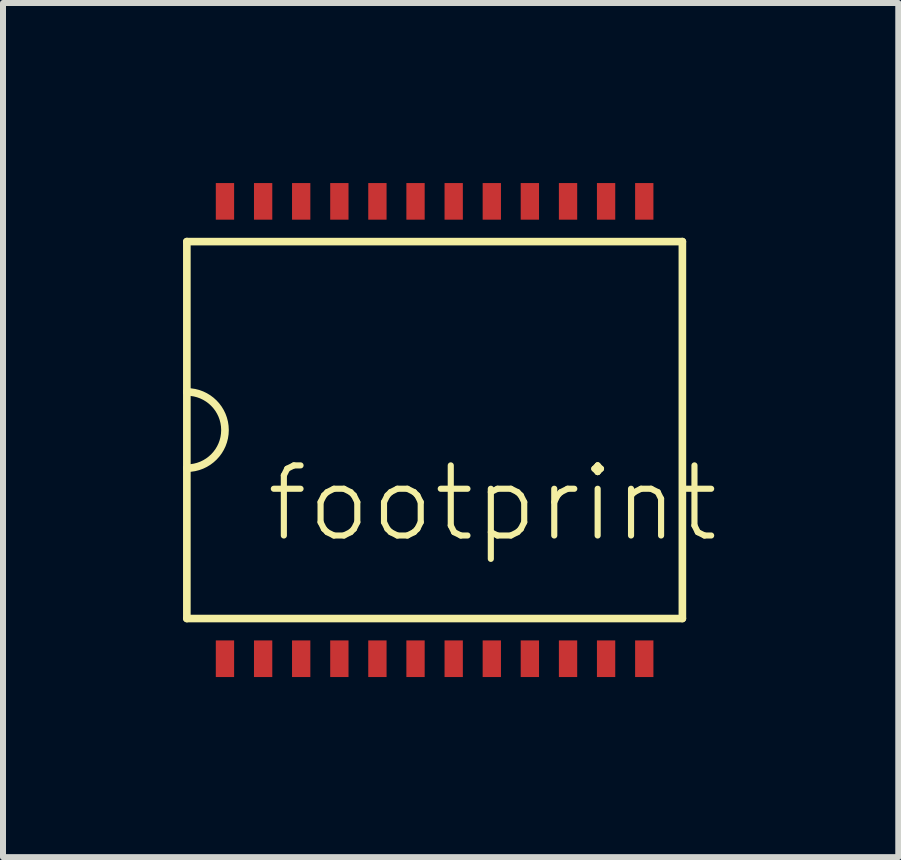
<source format=kicad_pcb>
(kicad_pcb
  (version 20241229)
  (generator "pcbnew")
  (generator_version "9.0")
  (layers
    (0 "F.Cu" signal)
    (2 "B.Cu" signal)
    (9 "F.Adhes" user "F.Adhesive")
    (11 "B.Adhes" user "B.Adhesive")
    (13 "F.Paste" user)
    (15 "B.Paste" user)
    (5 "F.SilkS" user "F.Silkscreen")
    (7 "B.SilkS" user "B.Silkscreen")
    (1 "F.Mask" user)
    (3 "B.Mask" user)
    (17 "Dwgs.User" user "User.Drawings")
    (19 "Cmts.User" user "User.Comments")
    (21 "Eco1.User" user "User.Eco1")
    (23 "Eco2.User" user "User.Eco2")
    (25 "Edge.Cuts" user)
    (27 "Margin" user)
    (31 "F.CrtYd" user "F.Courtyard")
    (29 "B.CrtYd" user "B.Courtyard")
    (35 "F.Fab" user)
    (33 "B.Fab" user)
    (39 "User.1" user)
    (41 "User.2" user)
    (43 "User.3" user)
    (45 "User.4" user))
  (footprint "footprint"
    (layer "F.Cu")
    (at 4.191 4.115)
    (property "Reference" "footprint" (at -2.857 1.905 0) (layer "F.SilkS") (effects (font (size 1.168 1.168) (thickness 0.102)) (justify left bottom)))
    (fp_line (start -4.128 -3.14) (end 4.128 -3.14) (stroke (width 0.127) (type solid)) (layer "F.SilkS"))
    (fp_line (start -4.128 -0.635) (end -4.128 -3.14) (stroke (width 0.127) (type solid)) (layer "F.SilkS"))
    (fp_line (start -4.128 0.635) (end -4.128 -0.635) (stroke (width 0.127) (type solid)) (layer "F.SilkS"))
    (fp_line (start -4.128 3.14) (end -4.128 0.635) (stroke (width 0.127) (type solid)) (layer "F.SilkS"))
    (fp_line (start 4.128 -3.14) (end 4.128 3.14) (stroke (width 0.127) (type solid)) (layer "F.SilkS"))
    (fp_line (start 4.128 3.14) (end -4.128 3.14) (stroke (width 0.127) (type solid)) (layer "F.SilkS"))
    (fp_arc (start -4.1275 -0.635) (mid -3.4925 0) (end -4.1275 0.635) (stroke (width 0.127) (type solid)) (layer "F.SilkS"))
    (pad "1" smd rect (at -3.493 3.81 180) (size 0.305 0.61) (layers "F.Cu" "F.Mask" "F.Paste"))
    (pad "2" smd rect (at -2.857 3.81 180) (size 0.305 0.61) (layers "F.Cu" "F.Mask" "F.Paste"))
    (pad "3" smd rect (at -2.223 3.81 180) (size 0.305 0.61) (layers "F.Cu" "F.Mask" "F.Paste"))
    (pad "4" smd rect (at -1.587 3.81 180) (size 0.305 0.61) (layers "F.Cu" "F.Mask" "F.Paste"))
    (pad "5" smd rect (at -0.953 3.81 180) (size 0.305 0.61) (layers "F.Cu" "F.Mask" "F.Paste"))
    (pad "6" smd rect (at -0.318 3.81 180) (size 0.305 0.61) (layers "F.Cu" "F.Mask" "F.Paste"))
    (pad "7" smd rect (at 0.318 3.81 180) (size 0.305 0.61) (layers "F.Cu" "F.Mask" "F.Paste"))
    (pad "8" smd rect (at 0.953 3.81 180) (size 0.305 0.61) (layers "F.Cu" "F.Mask" "F.Paste"))
    (pad "9" smd rect (at 1.587 3.81 180) (size 0.305 0.61) (layers "F.Cu" "F.Mask" "F.Paste"))
    (pad "10" smd rect (at 2.223 3.81 180) (size 0.305 0.61) (layers "F.Cu" "F.Mask" "F.Paste"))
    (pad "11" smd rect (at 2.857 3.81 180) (size 0.305 0.61) (layers "F.Cu" "F.Mask" "F.Paste"))
    (pad "12" smd rect (at 3.493 3.81 180) (size 0.305 0.61) (layers "F.Cu" "F.Mask" "F.Paste"))
    (pad "13" smd rect (at 3.493 -3.81 180) (size 0.305 0.61) (layers "F.Cu" "F.Mask" "F.Paste"))
    (pad "14" smd rect (at 2.857 -3.81 180) (size 0.305 0.61) (layers "F.Cu" "F.Mask" "F.Paste"))
    (pad "15" smd rect (at 2.223 -3.81 180) (size 0.305 0.61) (layers "F.Cu" "F.Mask" "F.Paste"))
    (pad "16" smd rect (at 1.587 -3.81 180) (size 0.305 0.61) (layers "F.Cu" "F.Mask" "F.Paste"))
    (pad "17" smd rect (at 0.953 -3.81 180) (size 0.305 0.61) (layers "F.Cu" "F.Mask" "F.Paste"))
    (pad "18" smd rect (at 0.318 -3.81 180) (size 0.305 0.61) (layers "F.Cu" "F.Mask" "F.Paste"))
    (pad "19" smd rect (at -0.318 -3.81 180) (size 0.305 0.61) (layers "F.Cu" "F.Mask" "F.Paste"))
    (pad "20" smd rect (at -0.953 -3.81 180) (size 0.305 0.61) (layers "F.Cu" "F.Mask" "F.Paste"))
    (pad "21" smd rect (at -1.587 -3.81 180) (size 0.305 0.61) (layers "F.Cu" "F.Mask" "F.Paste"))
    (pad "22" smd rect (at -2.223 -3.81 180) (size 0.305 0.61) (layers "F.Cu" "F.Mask" "F.Paste"))
    (pad "23" smd rect (at -2.857 -3.81 180) (size 0.305 0.61) (layers "F.Cu" "F.Mask" "F.Paste"))
    (pad "24" smd rect (at -3.493 -3.81 180) (size 0.305 0.61) (layers "F.Cu" "F.Mask" "F.Paste")))
  (gr_rect
    (start -3 -3)
    (end 11.916 11.23)
    (stroke (width 0.1) (type default))
    (fill no)
    (layer "Edge.Cuts")))
</source>
